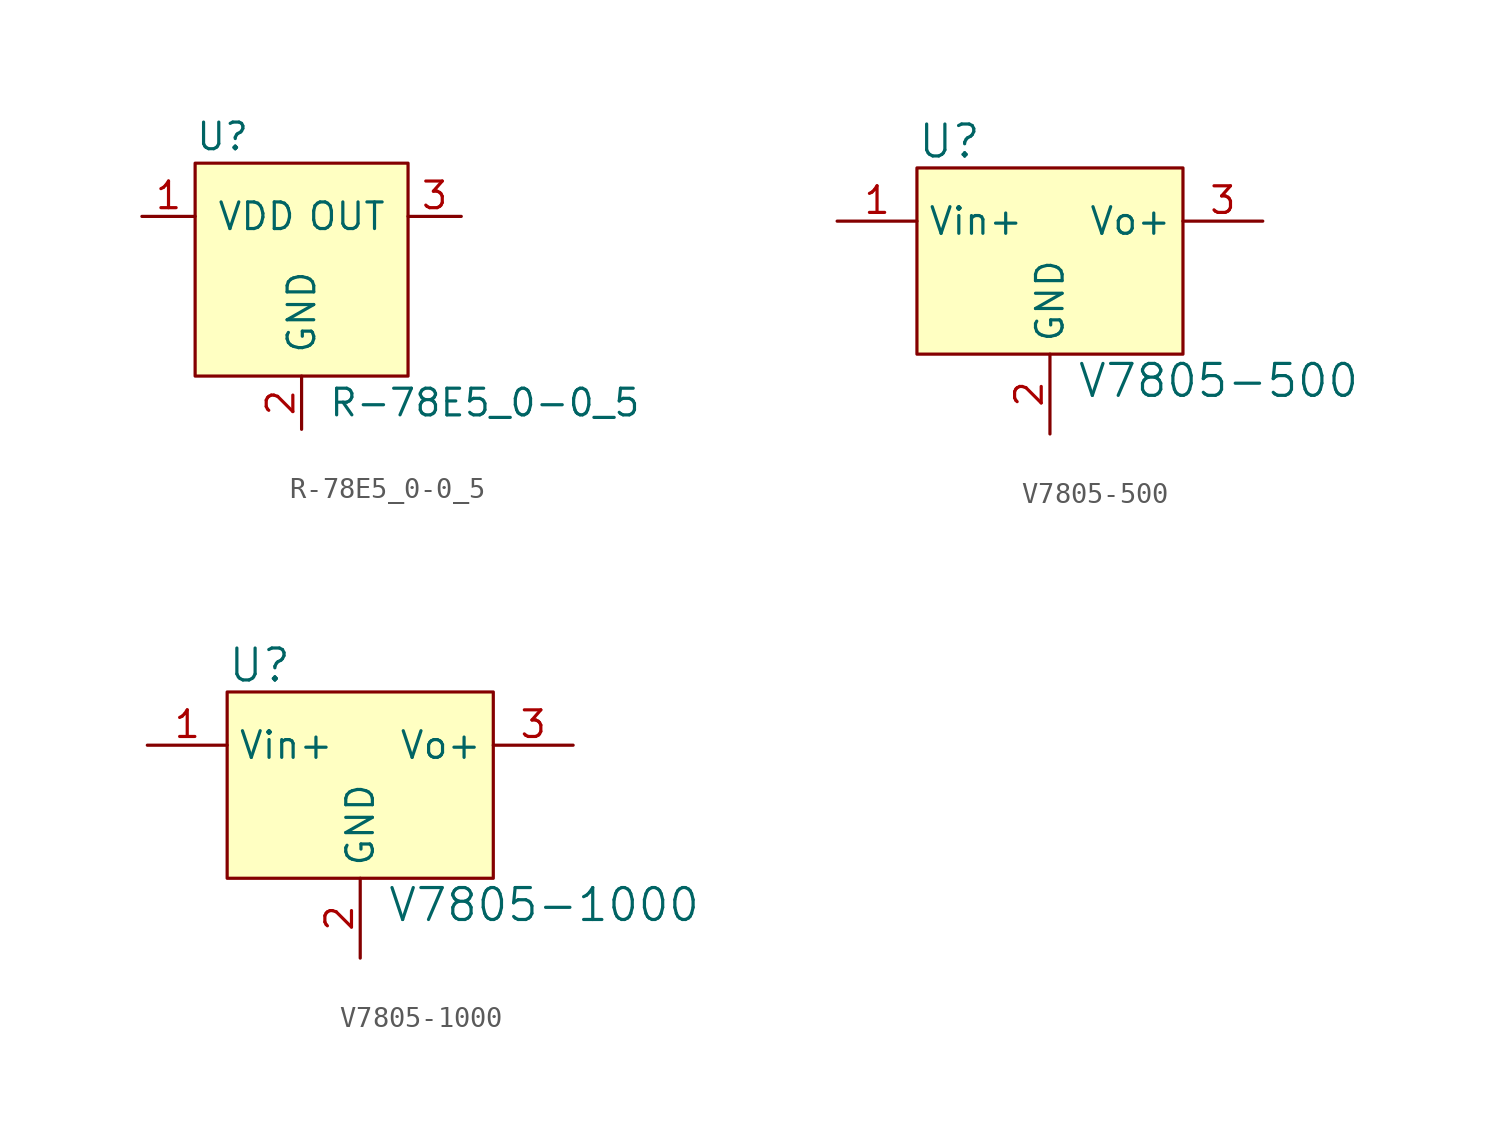
<source format=kicad_sym>
(kicad_symbol_lib
  (version 20220914)
  (generator kicad_symbol_editor)
  (symbol "R-78E5_0-0_5"
    (pin_names
      (offset 1.016))
    (property "Reference" "U"
      (at -5.08 6.35 0)
      (effects (font (size 1.27 1.27)) (justify left)))
    (property "Value" "R-78E5_0-0_5"
      (at 1.27 -6.35 0)
      (effects (font (size 1.27 1.27)) (justify left)))
    (symbol "R-78E5_0-0_5_1_1"
      (rectangle (start 5.08 5.08) (end -5.08 -5.08) (stroke (width 0) (type default)) (fill (type background)))
      (pin power_in line (at -7.62 2.54 0) (length 2.54) (name "VDD" (effects (font (size 1.27 1.27)))) (number "1" (effects (font (size 1.27 1.27)))))
      (pin power_in line (at 0 -7.62 90) (length 2.54) (name "GND" (effects (font (size 1.27 1.27)))) (number "2" (effects (font (size 1.27 1.27)))))
      (pin power_out line (at 7.62 2.54 180) (length 2.54) (name "OUT" (effects (font (size 1.27 1.27)))) (number "3" (effects (font (size 1.27 1.27)))))))
  (symbol "V7805-500"
    (property "Reference" "U"
      (at -6.35 6.35 0)
      (effects (font (size 1.524 1.524)) (justify left)))
    (property "Value" "V7805-500"
      (at 1.27 -5.08 0)
      (effects (font (size 1.524 1.524)) (justify left)))
    (symbol "V7805-500_0_1"
      (rectangle (start -6.35 5.08) (end 6.35 -3.81) (stroke (width 0) (type default)) (fill (type background))))
    (symbol "V7805-500_1_1"
      (pin power_in line (at -10.16 2.54 0) (length 3.81) (name "Vin+" (effects (font (size 1.27 1.27)))) (number "1" (effects (font (size 1.27 1.27)))))
      (pin power_in line (at 0 -7.62 90) (length 3.81) (name "GND" (effects (font (size 1.27 1.27)))) (number "2" (effects (font (size 1.27 1.27)))))
      (pin power_out line (at 10.16 2.54 180) (length 3.81) (name "Vo+" (effects (font (size 1.27 1.27)))) (number "3" (effects (font (size 1.27 1.27)))))))
  (symbol "V7805-1000"
    (property "Reference" "U"
      (at -6.35 6.35 0)
      (effects (font (size 1.524 1.524)) (justify left)))
    (property "Value" "V7805-1000"
      (at 1.27 -5.08 0)
      (effects (font (size 1.524 1.524)) (justify left)))
    (symbol "V7805-1000_0_1"
      (rectangle (start -6.35 5.08) (end 6.35 -3.81) (stroke (width 0) (type default)) (fill (type background))))
    (symbol "V7805-1000_1_1"
      (pin power_in line (at -10.16 2.54 0) (length 3.81) (name "Vin+" (effects (font (size 1.27 1.27)))) (number "1" (effects (font (size 1.27 1.27)))))
      (pin power_in line (at 0 -7.62 90) (length 3.81) (name "GND" (effects (font (size 1.27 1.27)))) (number "2" (effects (font (size 1.27 1.27)))))
      (pin power_out line (at 10.16 2.54 180) (length 3.81) (name "Vo+" (effects (font (size 1.27 1.27)))) (number "3" (effects (font (size 1.27 1.27))))))))
</source>
